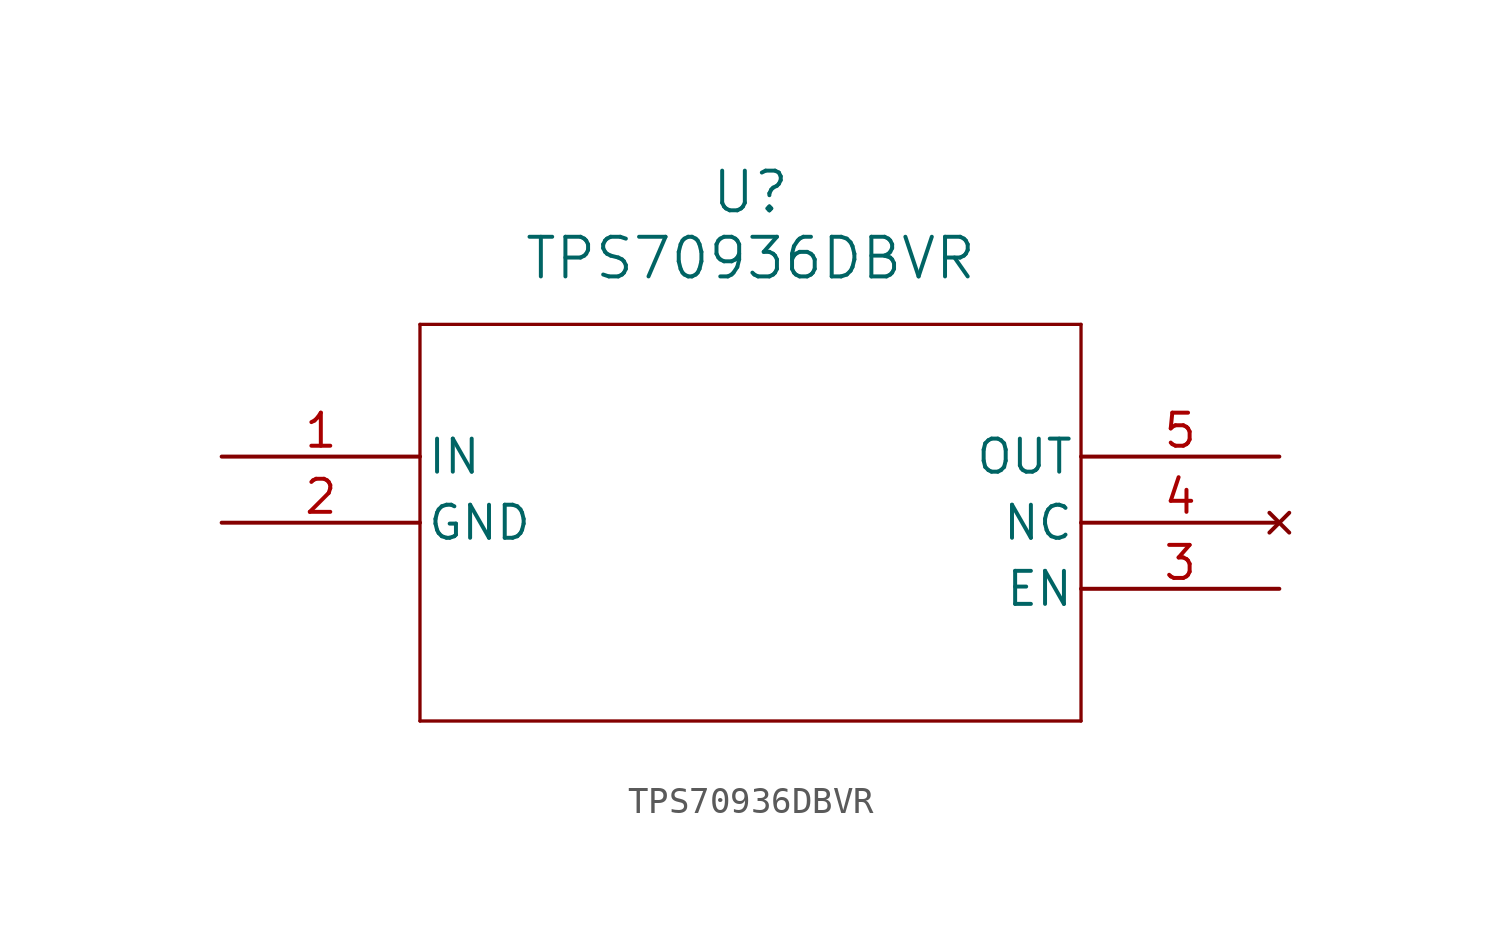
<source format=kicad_sym>
(kicad_symbol_lib
  (version 20211014)
  (generator kicad_symbol_editor)
  (symbol "TPS70936DBVR"
    (pin_names
      (offset 0.254))
    (property "Reference" "U"
      (at 20.32 10.16 0)
      (effects (font (size 1.524 1.524))))
    (property "Value" "TPS70936DBVR"
      (at 20.32 7.62 0)
      (effects (font (size 1.524 1.524))))
    (symbol "TPS70936DBVR_0_1"
      (polyline (pts (xy 7.62 5.08) (xy 7.62 -10.16)) (stroke (width 0.127) (type default) (color 0 0 0 0)) (fill (type none)))
      (polyline (pts (xy 7.62 -10.16) (xy 33.02 -10.16)) (stroke (width 0.127) (type default) (color 0 0 0 0)) (fill (type none)))
      (polyline (pts (xy 33.02 -10.16) (xy 33.02 5.08)) (stroke (width 0.127) (type default) (color 0 0 0 0)) (fill (type none)))
      (polyline (pts (xy 33.02 5.08) (xy 7.62 5.08)) (stroke (width 0.127) (type default) (color 0 0 0 0)) (fill (type none)))
      (pin input line (at 0 0 0) (length 7.62) (name "IN" (effects (font (size 1.27 1.27)))) (number "1" (effects (font (size 1.27 1.27)))))
      (pin power_in line (at 0 -2.54 0) (length 7.62) (name "GND" (effects (font (size 1.27 1.27)))) (number "2" (effects (font (size 1.27 1.27)))))
      (pin input line (at 40.64 -5.08 180) (length 7.62) (name "EN" (effects (font (size 1.27 1.27)))) (number "3" (effects (font (size 1.27 1.27)))))
      (pin no_connect line (at 40.64 -2.54 180) (length 7.62) (name "NC" (effects (font (size 1.27 1.27)))) (number "4" (effects (font (size 1.27 1.27)))))
      (pin output line (at 40.64 0 180) (length 7.62) (name "OUT" (effects (font (size 1.27 1.27)))) (number "5" (effects (font (size 1.27 1.27))))))))
</source>
